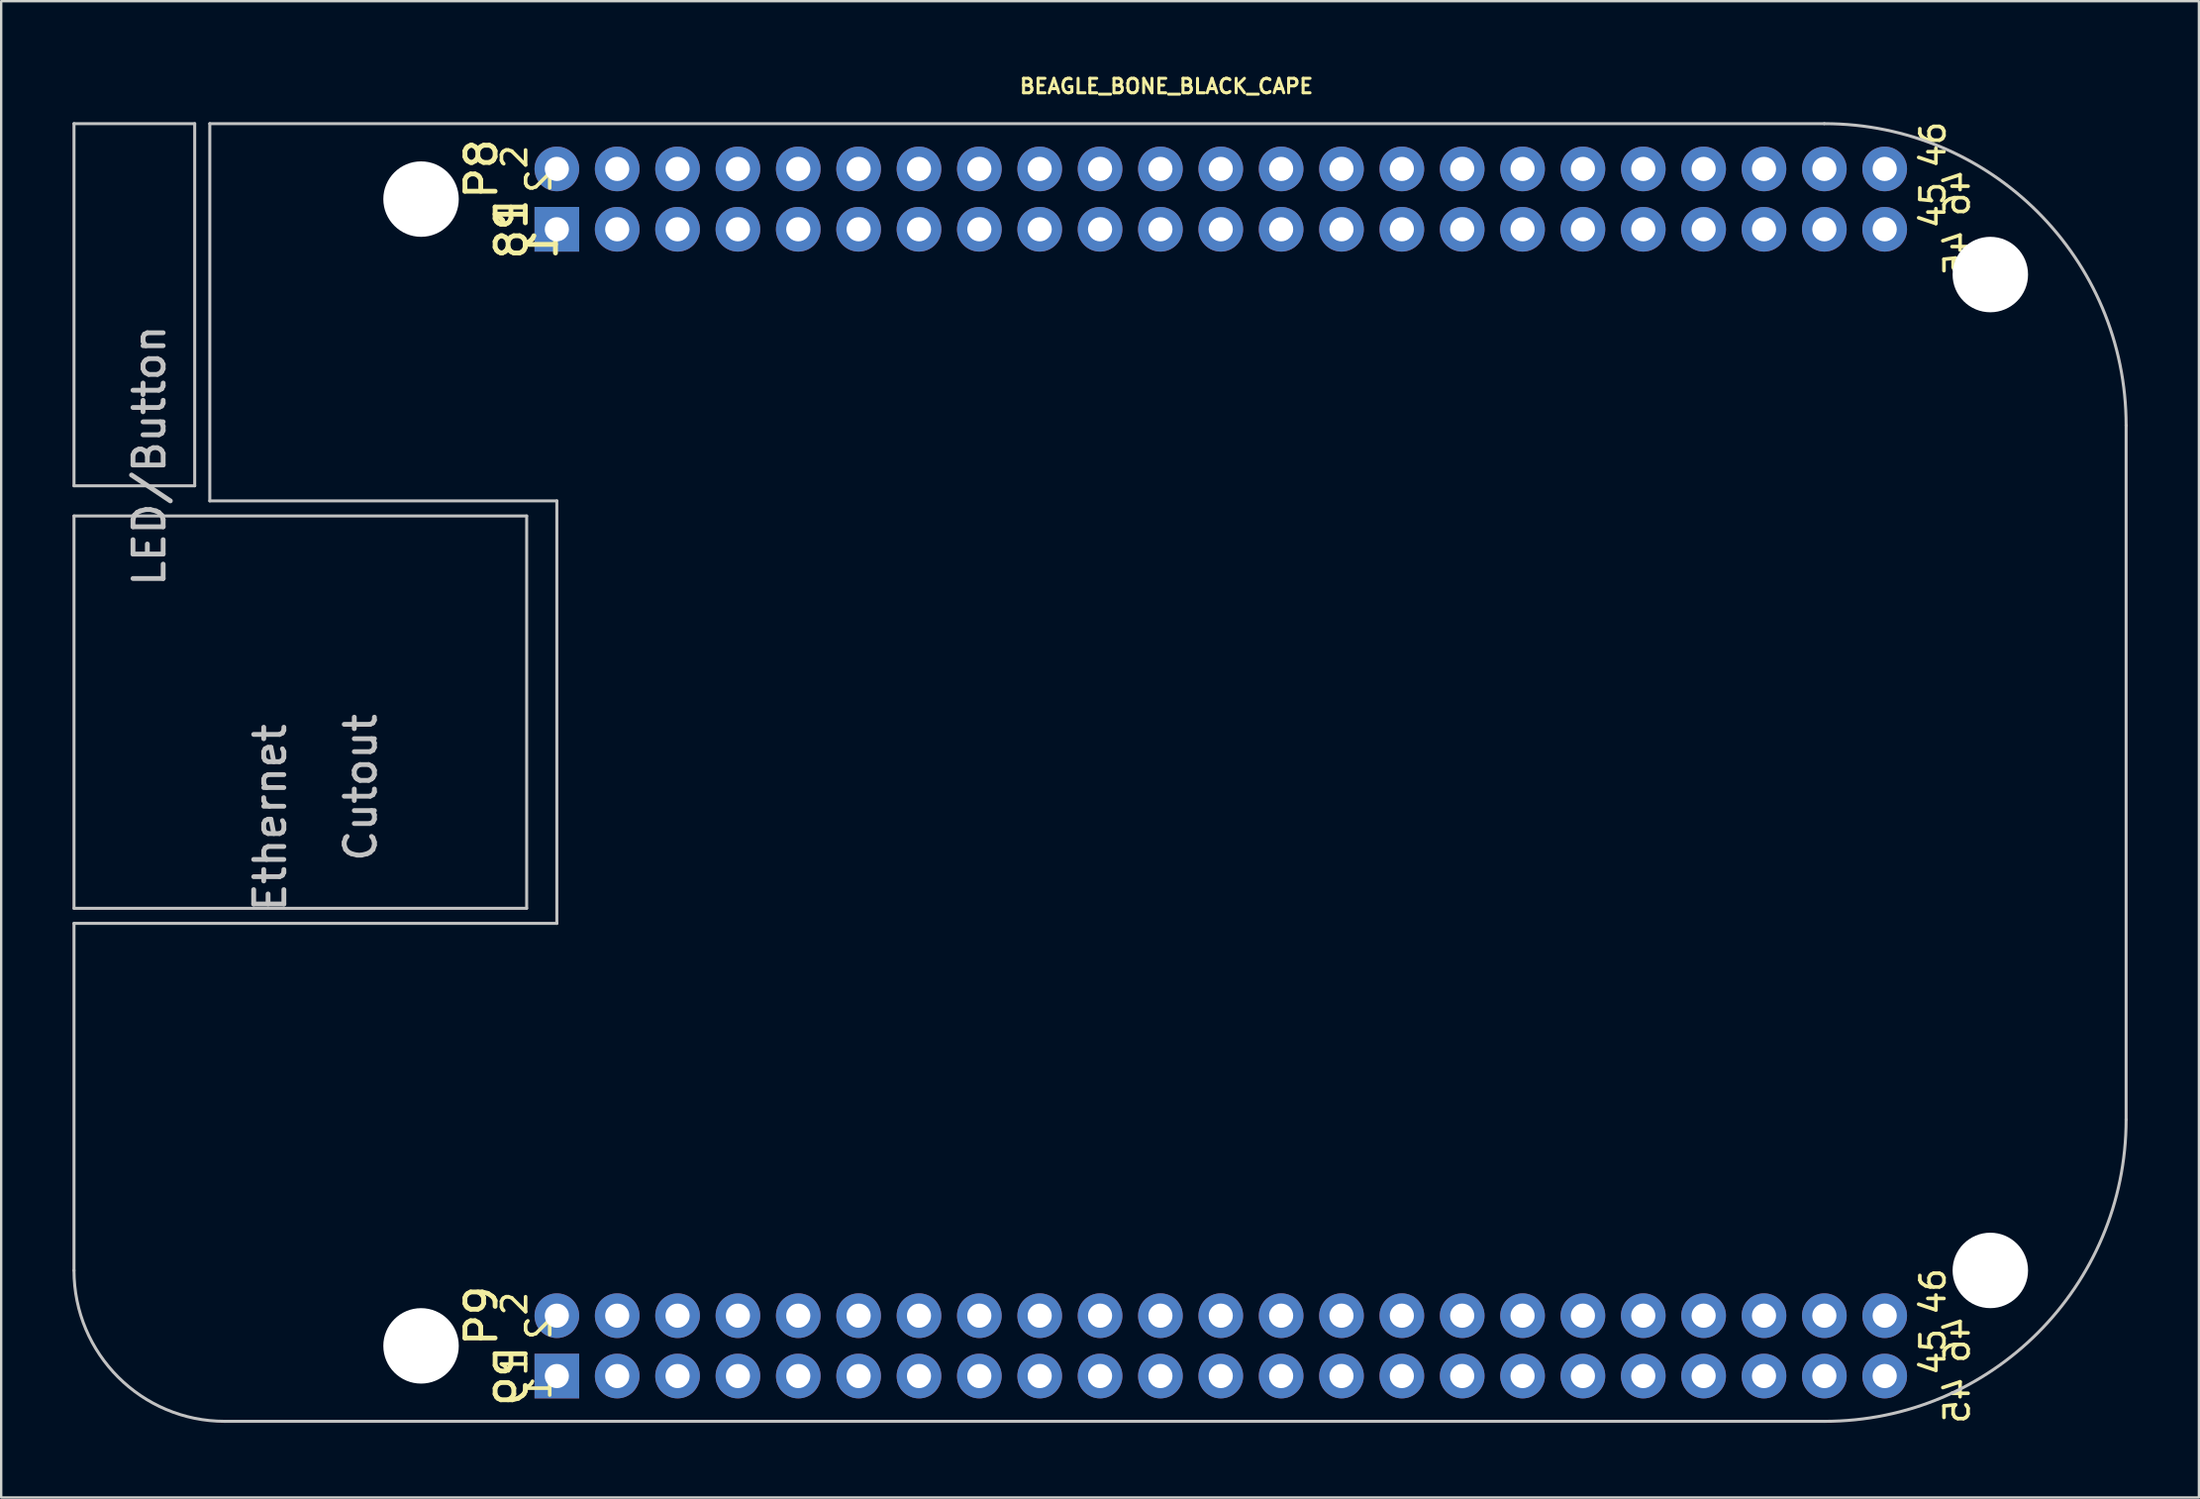
<source format=kicad_pcb>
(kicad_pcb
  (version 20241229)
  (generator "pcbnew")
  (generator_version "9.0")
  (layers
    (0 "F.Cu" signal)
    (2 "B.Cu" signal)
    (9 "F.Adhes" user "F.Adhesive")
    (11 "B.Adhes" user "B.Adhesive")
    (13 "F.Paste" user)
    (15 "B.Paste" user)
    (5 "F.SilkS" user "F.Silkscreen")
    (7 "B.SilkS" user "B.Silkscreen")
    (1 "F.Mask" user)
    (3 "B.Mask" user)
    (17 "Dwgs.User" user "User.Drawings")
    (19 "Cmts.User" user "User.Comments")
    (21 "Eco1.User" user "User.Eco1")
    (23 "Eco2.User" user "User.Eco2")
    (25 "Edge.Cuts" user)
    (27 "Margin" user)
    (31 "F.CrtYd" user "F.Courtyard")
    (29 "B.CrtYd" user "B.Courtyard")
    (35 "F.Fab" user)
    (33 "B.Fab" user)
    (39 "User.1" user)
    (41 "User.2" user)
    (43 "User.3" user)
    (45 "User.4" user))
  (footprint "BEAGLE_BONE_BLACK_CAPE"
    (layer "F.Cu")
    (at 44.514 27.554)
    (property "Reference" "BEAGLE_BONE_BLACK_CAPE" (at 1.524 -26.975 0) (layer "F.SilkS") (effects (font (size 0.61 0.61) (thickness 0.127))))
    (attr exclude_from_pos_files exclude_from_bom)
    (fp_line (start -44.45 -25.4) (end -44.45 -10.16) (stroke (width 0.127) (type solid)) (layer "Dwgs.User"))
    (fp_line (start -44.45 -10.16) (end -39.37 -10.16) (stroke (width 0.127) (type solid)) (layer "Dwgs.User"))
    (fp_line (start -44.45 -8.89) (end -44.45 7.62) (stroke (width 0.127) (type solid)) (layer "Dwgs.User"))
    (fp_line (start -44.45 7.62) (end -25.4 7.62) (stroke (width 0.127) (type solid)) (layer "Dwgs.User"))
    (fp_line (start -44.45 8.255) (end -44.45 22.86) (stroke (width 0.127) (type solid)) (layer "Dwgs.User"))
    (fp_line (start -44.45 8.255) (end -24.13 8.255) (stroke (width 0.127) (type solid)) (layer "Dwgs.User"))
    (fp_line (start -39.37 -25.4) (end -44.45 -25.4) (stroke (width 0.127) (type solid)) (layer "Dwgs.User"))
    (fp_line (start -39.37 -10.16) (end -39.37 -25.4) (stroke (width 0.127) (type solid)) (layer "Dwgs.User"))
    (fp_line (start -38.735 -9.525) (end -38.735 -25.4) (stroke (width 0.127) (type solid)) (layer "Dwgs.User"))
    (fp_line (start -38.735 -9.525) (end -24.13 -9.525) (stroke (width 0.127) (type solid)) (layer "Dwgs.User"))
    (fp_line (start -38.1 29.21) (end 29.21 29.21) (stroke (width 0.127) (type solid)) (layer "Dwgs.User"))
    (fp_line (start -25.4 -8.89) (end -44.45 -8.89) (stroke (width 0.127) (type solid)) (layer "Dwgs.User"))
    (fp_line (start -25.4 7.62) (end -25.4 -8.89) (stroke (width 0.127) (type solid)) (layer "Dwgs.User"))
    (fp_line (start -24.13 8.255) (end -24.13 -9.525) (stroke (width 0.127) (type solid)) (layer "Dwgs.User"))
    (fp_line (start 29.21 -25.4) (end -38.735 -25.4) (stroke (width 0.127) (type solid)) (layer "Dwgs.User"))
    (fp_line (start 41.91 16.51) (end 41.91 -12.7) (stroke (width 0.127) (type solid)) (layer "Dwgs.User"))
    (fp_arc (start -38.1 29.21) (mid -42.590128 27.350128) (end -44.45 22.86) (stroke (width 0.127) (type solid)) (layer "Dwgs.User"))
    (fp_arc (start 29.21 -25.4) (mid 38.190256 -21.680256) (end 41.91 -12.7) (stroke (width 0.127) (type solid)) (layer "Dwgs.User"))
    (fp_arc (start 41.91 16.51) (mid 38.190256 25.490256) (end 29.21 29.21) (stroke (width 0.127) (type solid)) (layer "Dwgs.User"))
    (fp_text user "45" (at 34.798 28.321 270) (layer "F.SilkS") (effects (font (size 1.016 1.016) (thickness 0.152)) (justify mirror)))
    (fp_text user "P9" (at -26.035 27.305 270) (layer "F.SilkS") (effects (font (size 1.27 1.27) (thickness 0.203)) (justify mirror)))
    (fp_text user "1" (at -26.035 -21.59 90) (layer "F.SilkS") (effects (font (size 1.27 1.27) (thickness 0.203))))
    (fp_text user "2" (at -25.908 -24.003 90) (layer "F.SilkS") (effects (font (size 1.016 1.016) (thickness 0.152))))
    (fp_text user "46" (at 34.798 -22.479 270) (layer "F.SilkS") (effects (font (size 1.016 1.016) (thickness 0.152)) (justify mirror)))
    (fp_text user "2" (at -25.908 24.257 90) (layer "F.SilkS") (effects (font (size 1.016 1.016) (thickness 0.152))))
    (fp_text user "1" (at -24.892 27.813 270) (layer "F.SilkS") (effects (font (size 1.016 1.016) (thickness 0.152)) (justify mirror)))
    (fp_text user "45" (at 34.798 -19.939 270) (layer "F.SilkS") (effects (font (size 1.016 1.016) (thickness 0.152)) (justify mirror)))
    (fp_text user "P8" (at -26.035 -20.955 270) (layer "F.SilkS") (effects (font (size 1.27 1.27) (thickness 0.203)) (justify mirror)))
    (fp_text user "46" (at 34.798 25.778 270) (layer "F.SilkS") (effects (font (size 1.016 1.016) (thickness 0.152)) (justify mirror)))
    (fp_text user "46" (at 33.782 -24.511 90) (layer "F.SilkS") (effects (font (size 1.016 1.016) (thickness 0.152))))
    (fp_text user "1" (at -25.908 26.797 90) (layer "F.SilkS") (effects (font (size 1.016 1.016) (thickness 0.152))))
    (fp_text user "45" (at 33.782 -21.971 90) (layer "F.SilkS") (effects (font (size 1.016 1.016) (thickness 0.152))))
    (fp_text user "P8" (at -27.305 -23.495 90) (layer "F.SilkS") (effects (font (size 1.27 1.27) (thickness 0.203))))
    (fp_text user "46" (at 33.782 23.749 90) (layer "F.SilkS") (effects (font (size 1.016 1.016) (thickness 0.152))))
    (fp_text user "2" (at -24.892 25.273 270) (layer "F.SilkS") (effects (font (size 1.016 1.016) (thickness 0.152)) (justify mirror)))
    (fp_text user "1" (at -24.765 -20.32 270) (layer "F.SilkS") (effects (font (size 1.27 1.27) (thickness 0.203)) (justify mirror)))
    (fp_text user "P9" (at -27.305 24.765 90) (layer "F.SilkS") (effects (font (size 1.27 1.27) (thickness 0.203))))
    (fp_text user "45" (at 33.782 26.289 90) (layer "F.SilkS") (effects (font (size 1.016 1.016) (thickness 0.152))))
    (fp_text user "2" (at -24.892 -22.987 270) (layer "F.SilkS") (effects (font (size 1.016 1.016) (thickness 0.152)) (justify mirror)))
    (fp_text user "Cutout" (at -32.385 2.54 270) (layer "Dwgs.User") (effects (font (size 1.27 1.27) (thickness 0.203))))
    (fp_text user "Ethernet" (at -36.195 3.81 270) (layer "Dwgs.User") (effects (font (size 1.27 1.27) (thickness 0.203))))
    (fp_text user "LED/Button" (at -41.275 -11.43 270) (layer "Dwgs.User") (effects (font (size 1.27 1.27) (thickness 0.203))))
    (pad "" np_thru_hole circle (at -29.845 -22.225) (size 3.175 3.175) (drill 3.175) (layers "*.Cu" "*.Mask"))
    (pad "" np_thru_hole circle (at -29.845 26.035) (size 3.175 3.175) (drill 3.175) (layers "*.Cu" "*.Mask"))
    (pad "" np_thru_hole circle (at 36.195 -19.05) (size 3.175 3.175) (drill 3.175) (layers "*.Cu" "*.Mask"))
    (pad "" np_thru_hole circle (at 36.195 22.86) (size 3.175 3.175) (drill 3.175) (layers "*.Cu" "*.Mask"))
    (pad "P8.1" thru_hole rect (at -24.13 -20.955) (size 1.88 1.88) (drill 1.016) (layers "*.Cu" "*.Paste" "*.Mask"))
    (pad "P8.1" thru_hole circle (at -13.97 -23.495) (size 1.88 1.88) (drill 1.016) (layers "*.Cu" "*.Paste" "*.Mask"))
    (pad "P8.1" thru_hole circle (at -11.43 -23.495) (size 1.88 1.88) (drill 1.016) (layers "*.Cu" "*.Paste" "*.Mask"))
    (pad "P8.1" thru_hole circle (at -11.43 -20.955) (size 1.88 1.88) (drill 1.016) (layers "*.Cu" "*.Paste" "*.Mask"))
    (pad "P8.1" thru_hole circle (at -8.89 -23.495) (size 1.88 1.88) (drill 1.016) (layers "*.Cu" "*.Paste" "*.Mask"))
    (pad "P8.1" thru_hole circle (at -8.89 -20.955) (size 1.88 1.88) (drill 1.016) (layers "*.Cu" "*.Paste" "*.Mask"))
    (pad "P8.1" thru_hole circle (at -6.35 -23.495) (size 1.88 1.88) (drill 1.016) (layers "*.Cu" "*.Paste" "*.Mask"))
    (pad "P8.1" thru_hole circle (at -6.35 -20.955) (size 1.88 1.88) (drill 1.016) (layers "*.Cu" "*.Paste" "*.Mask"))
    (pad "P8.1" thru_hole circle (at -3.81 -23.495) (size 1.88 1.88) (drill 1.016) (layers "*.Cu" "*.Paste" "*.Mask"))
    (pad "P8.1" thru_hole circle (at -3.81 -20.955) (size 1.88 1.88) (drill 1.016) (layers "*.Cu" "*.Paste" "*.Mask"))
    (pad "P8.1" thru_hole circle (at -1.27 -20.955) (size 1.88 1.88) (drill 1.016) (layers "*.Cu" "*.Paste" "*.Mask"))
    (pad "P8.2" thru_hole circle (at -24.13 -23.495) (size 1.88 1.88) (drill 1.016) (layers "*.Cu" "*.Paste" "*.Mask"))
    (pad "P8.2" thru_hole circle (at -1.27 -23.495) (size 1.88 1.88) (drill 1.016) (layers "*.Cu" "*.Paste" "*.Mask"))
    (pad "P8.2" thru_hole circle (at 1.27 -23.495) (size 1.88 1.88) (drill 1.016) (layers "*.Cu" "*.Paste" "*.Mask"))
    (pad "P8.2" thru_hole circle (at 1.27 -20.955) (size 1.88 1.88) (drill 1.016) (layers "*.Cu" "*.Paste" "*.Mask"))
    (pad "P8.2" thru_hole circle (at 3.81 -23.495) (size 1.88 1.88) (drill 1.016) (layers "*.Cu" "*.Paste" "*.Mask"))
    (pad "P8.2" thru_hole circle (at 3.81 -20.955) (size 1.88 1.88) (drill 1.016) (layers "*.Cu" "*.Paste" "*.Mask"))
    (pad "P8.2" thru_hole circle (at 6.35 -23.495) (size 1.88 1.88) (drill 1.016) (layers "*.Cu" "*.Paste" "*.Mask"))
    (pad "P8.2" thru_hole circle (at 6.35 -20.955) (size 1.88 1.88) (drill 1.016) (layers "*.Cu" "*.Paste" "*.Mask"))
    (pad "P8.2" thru_hole circle (at 8.89 -23.495) (size 1.88 1.88) (drill 1.016) (layers "*.Cu" "*.Paste" "*.Mask"))
    (pad "P8.2" thru_hole circle (at 8.89 -20.955) (size 1.88 1.88) (drill 1.016) (layers "*.Cu" "*.Paste" "*.Mask"))
    (pad "P8.2" thru_hole circle (at 11.43 -20.955) (size 1.88 1.88) (drill 1.016) (layers "*.Cu" "*.Paste" "*.Mask"))
    (pad "P8.3" thru_hole circle (at -21.59 -20.955) (size 1.88 1.88) (drill 1.016) (layers "*.Cu" "*.Paste" "*.Mask"))
    (pad "P8.3" thru_hole circle (at 11.43 -23.495) (size 1.88 1.88) (drill 1.016) (layers "*.Cu" "*.Paste" "*.Mask"))
    (pad "P8.3" thru_hole circle (at 13.97 -23.495) (size 1.88 1.88) (drill 1.016) (layers "*.Cu" "*.Paste" "*.Mask"))
    (pad "P8.3" thru_hole circle (at 13.97 -20.955) (size 1.88 1.88) (drill 1.016) (layers "*.Cu" "*.Paste" "*.Mask"))
    (pad "P8.3" thru_hole circle (at 16.51 -23.495) (size 1.88 1.88) (drill 1.016) (layers "*.Cu" "*.Paste" "*.Mask"))
    (pad "P8.3" thru_hole circle (at 16.51 -20.955) (size 1.88 1.88) (drill 1.016) (layers "*.Cu" "*.Paste" "*.Mask"))
    (pad "P8.3" thru_hole circle (at 19.05 -23.495) (size 1.88 1.88) (drill 1.016) (layers "*.Cu" "*.Paste" "*.Mask"))
    (pad "P8.3" thru_hole circle (at 19.05 -20.955) (size 1.88 1.88) (drill 1.016) (layers "*.Cu" "*.Paste" "*.Mask"))
    (pad "P8.3" thru_hole circle (at 21.59 -23.495) (size 1.88 1.88) (drill 1.016) (layers "*.Cu" "*.Paste" "*.Mask"))
    (pad "P8.3" thru_hole circle (at 21.59 -20.955) (size 1.88 1.88) (drill 1.016) (layers "*.Cu" "*.Paste" "*.Mask"))
    (pad "P8.3" thru_hole circle (at 24.13 -20.955) (size 1.88 1.88) (drill 1.016) (layers "*.Cu" "*.Paste" "*.Mask"))
    (pad "P8.4" thru_hole circle (at -21.59 -23.495) (size 1.88 1.88) (drill 1.016) (layers "*.Cu" "*.Paste" "*.Mask"))
    (pad "P8.4" thru_hole circle (at 24.13 -23.495) (size 1.88 1.88) (drill 1.016) (layers "*.Cu" "*.Paste" "*.Mask"))
    (pad "P8.4" thru_hole circle (at 26.67 -23.495) (size 1.88 1.88) (drill 1.016) (layers "*.Cu" "*.Paste" "*.Mask"))
    (pad "P8.4" thru_hole circle (at 26.67 -20.955) (size 1.88 1.88) (drill 1.016) (layers "*.Cu" "*.Paste" "*.Mask"))
    (pad "P8.4" thru_hole circle (at 29.21 -23.495) (size 1.88 1.88) (drill 1.016) (layers "*.Cu" "*.Paste" "*.Mask"))
    (pad "P8.4" thru_hole circle (at 29.21 -20.955) (size 1.88 1.88) (drill 1.016) (layers "*.Cu" "*.Paste" "*.Mask"))
    (pad "P8.4" thru_hole circle (at 31.75 -23.495) (size 1.88 1.88) (drill 1.016) (layers "*.Cu" "*.Paste" "*.Mask"))
    (pad "P8.4" thru_hole circle (at 31.75 -20.955) (size 1.88 1.88) (drill 1.016) (layers "*.Cu" "*.Paste" "*.Mask"))
    (pad "P8.5" thru_hole circle (at -19.05 -20.955) (size 1.88 1.88) (drill 1.016) (layers "*.Cu" "*.Paste" "*.Mask"))
    (pad "P8.6" thru_hole circle (at -19.05 -23.495) (size 1.88 1.88) (drill 1.016) (layers "*.Cu" "*.Paste" "*.Mask"))
    (pad "P8.7" thru_hole circle (at -16.51 -20.955) (size 1.88 1.88) (drill 1.016) (layers "*.Cu" "*.Paste" "*.Mask"))
    (pad "P8.8" thru_hole circle (at -16.51 -23.495) (size 1.88 1.88) (drill 1.016) (layers "*.Cu" "*.Paste" "*.Mask"))
    (pad "P8.9" thru_hole circle (at -13.97 -20.955) (size 1.88 1.88) (drill 1.016) (layers "*.Cu" "*.Paste" "*.Mask"))
    (pad "P9.1" thru_hole rect (at -24.13 27.305) (size 1.88 1.88) (drill 1.016) (layers "*.Cu" "*.Paste" "*.Mask"))
    (pad "P9.1" thru_hole circle (at -13.97 24.765) (size 1.88 1.88) (drill 1.016) (layers "*.Cu" "*.Paste" "*.Mask"))
    (pad "P9.1" thru_hole circle (at -11.43 24.765) (size 1.88 1.88) (drill 1.016) (layers "*.Cu" "*.Paste" "*.Mask"))
    (pad "P9.1" thru_hole circle (at -11.43 27.305) (size 1.88 1.88) (drill 1.016) (layers "*.Cu" "*.Paste" "*.Mask"))
    (pad "P9.1" thru_hole circle (at -8.89 24.765) (size 1.88 1.88) (drill 1.016) (layers "*.Cu" "*.Paste" "*.Mask"))
    (pad "P9.1" thru_hole circle (at -8.89 27.305) (size 1.88 1.88) (drill 1.016) (layers "*.Cu" "*.Paste" "*.Mask"))
    (pad "P9.1" thru_hole circle (at -6.35 24.765) (size 1.88 1.88) (drill 1.016) (layers "*.Cu" "*.Paste" "*.Mask"))
    (pad "P9.1" thru_hole circle (at -6.35 27.305) (size 1.88 1.88) (drill 1.016) (layers "*.Cu" "*.Paste" "*.Mask"))
    (pad "P9.1" thru_hole circle (at -3.81 24.765) (size 1.88 1.88) (drill 1.016) (layers "*.Cu" "*.Paste" "*.Mask"))
    (pad "P9.1" thru_hole circle (at -3.81 27.305) (size 1.88 1.88) (drill 1.016) (layers "*.Cu" "*.Paste" "*.Mask"))
    (pad "P9.1" thru_hole circle (at -1.27 27.305) (size 1.88 1.88) (drill 1.016) (layers "*.Cu" "*.Paste" "*.Mask"))
    (pad "P9.2" thru_hole circle (at -24.13 24.765) (size 1.88 1.88) (drill 1.016) (layers "*.Cu" "*.Paste" "*.Mask"))
    (pad "P9.2" thru_hole circle (at -1.27 24.765) (size 1.88 1.88) (drill 1.016) (layers "*.Cu" "*.Paste" "*.Mask"))
    (pad "P9.2" thru_hole circle (at 1.27 24.765) (size 1.88 1.88) (drill 1.016) (layers "*.Cu" "*.Paste" "*.Mask"))
    (pad "P9.2" thru_hole circle (at 1.27 27.305) (size 1.88 1.88) (drill 1.016) (layers "*.Cu" "*.Paste" "*.Mask"))
    (pad "P9.2" thru_hole circle (at 3.81 24.765) (size 1.88 1.88) (drill 1.016) (layers "*.Cu" "*.Paste" "*.Mask"))
    (pad "P9.2" thru_hole circle (at 3.81 27.305) (size 1.88 1.88) (drill 1.016) (layers "*.Cu" "*.Paste" "*.Mask"))
    (pad "P9.2" thru_hole circle (at 6.35 24.765) (size 1.88 1.88) (drill 1.016) (layers "*.Cu" "*.Paste" "*.Mask"))
    (pad "P9.2" thru_hole circle (at 6.35 27.305) (size 1.88 1.88) (drill 1.016) (layers "*.Cu" "*.Paste" "*.Mask"))
    (pad "P9.2" thru_hole circle (at 8.89 24.765) (size 1.88 1.88) (drill 1.016) (layers "*.Cu" "*.Paste" "*.Mask"))
    (pad "P9.2" thru_hole circle (at 8.89 27.305) (size 1.88 1.88) (drill 1.016) (layers "*.Cu" "*.Paste" "*.Mask"))
    (pad "P9.2" thru_hole circle (at 11.43 27.305) (size 1.88 1.88) (drill 1.016) (layers "*.Cu" "*.Paste" "*.Mask"))
    (pad "P9.3" thru_hole circle (at -21.59 27.305) (size 1.88 1.88) (drill 1.016) (layers "*.Cu" "*.Paste" "*.Mask"))
    (pad "P9.3" thru_hole circle (at 11.43 24.765) (size 1.88 1.88) (drill 1.016) (layers "*.Cu" "*.Paste" "*.Mask"))
    (pad "P9.3" thru_hole circle (at 13.97 24.765) (size 1.88 1.88) (drill 1.016) (layers "*.Cu" "*.Paste" "*.Mask"))
    (pad "P9.3" thru_hole circle (at 13.97 27.305) (size 1.88 1.88) (drill 1.016) (layers "*.Cu" "*.Paste" "*.Mask"))
    (pad "P9.3" thru_hole circle (at 16.51 24.765) (size 1.88 1.88) (drill 1.016) (layers "*.Cu" "*.Paste" "*.Mask"))
    (pad "P9.3" thru_hole circle (at 16.51 27.305) (size 1.88 1.88) (drill 1.016) (layers "*.Cu" "*.Paste" "*.Mask"))
    (pad "P9.3" thru_hole circle (at 19.05 24.765) (size 1.88 1.88) (drill 1.016) (layers "*.Cu" "*.Paste" "*.Mask"))
    (pad "P9.3" thru_hole circle (at 19.05 27.305) (size 1.88 1.88) (drill 1.016) (layers "*.Cu" "*.Paste" "*.Mask"))
    (pad "P9.3" thru_hole circle (at 21.59 24.765) (size 1.88 1.88) (drill 1.016) (layers "*.Cu" "*.Paste" "*.Mask"))
    (pad "P9.3" thru_hole circle (at 21.59 27.305) (size 1.88 1.88) (drill 1.016) (layers "*.Cu" "*.Paste" "*.Mask"))
    (pad "P9.3" thru_hole circle (at 24.13 27.305) (size 1.88 1.88) (drill 1.016) (layers "*.Cu" "*.Paste" "*.Mask"))
    (pad "P9.4" thru_hole circle (at -21.59 24.765) (size 1.88 1.88) (drill 1.016) (layers "*.Cu" "*.Paste" "*.Mask"))
    (pad "P9.4" thru_hole circle (at 24.13 24.765) (size 1.88 1.88) (drill 1.016) (layers "*.Cu" "*.Paste" "*.Mask"))
    (pad "P9.4" thru_hole circle (at 26.67 24.765) (size 1.88 1.88) (drill 1.016) (layers "*.Cu" "*.Paste" "*.Mask"))
    (pad "P9.4" thru_hole circle (at 26.67 27.305) (size 1.88 1.88) (drill 1.016) (layers "*.Cu" "*.Paste" "*.Mask"))
    (pad "P9.4" thru_hole circle (at 29.21 24.765) (size 1.88 1.88) (drill 1.016) (layers "*.Cu" "*.Paste" "*.Mask"))
    (pad "P9.4" thru_hole circle (at 29.21 27.305) (size 1.88 1.88) (drill 1.016) (layers "*.Cu" "*.Paste" "*.Mask"))
    (pad "P9.4" thru_hole circle (at 31.75 24.765) (size 1.88 1.88) (drill 1.016) (layers "*.Cu" "*.Paste" "*.Mask"))
    (pad "P9.4" thru_hole circle (at 31.75 27.305) (size 1.88 1.88) (drill 1.016) (layers "*.Cu" "*.Paste" "*.Mask"))
    (pad "P9.5" thru_hole circle (at -19.05 27.305) (size 1.88 1.88) (drill 1.016) (layers "*.Cu" "*.Paste" "*.Mask"))
    (pad "P9.6" thru_hole circle (at -19.05 24.765) (size 1.88 1.88) (drill 1.016) (layers "*.Cu" "*.Paste" "*.Mask"))
    (pad "P9.7" thru_hole circle (at -16.51 27.305) (size 1.88 1.88) (drill 1.016) (layers "*.Cu" "*.Paste" "*.Mask"))
    (pad "P9.8" thru_hole circle (at -16.51 24.765) (size 1.88 1.88) (drill 1.016) (layers "*.Cu" "*.Paste" "*.Mask"))
    (pad "P9.9" thru_hole circle (at -13.97 27.305) (size 1.88 1.88) (drill 1.016) (layers "*.Cu" "*.Paste" "*.Mask")))
  (gr_rect
    (start -3 -3)
    (end 89.487 59.97)
    (stroke (width 0.1) (type default))
    (fill no)
    (layer "Edge.Cuts")))
</source>
